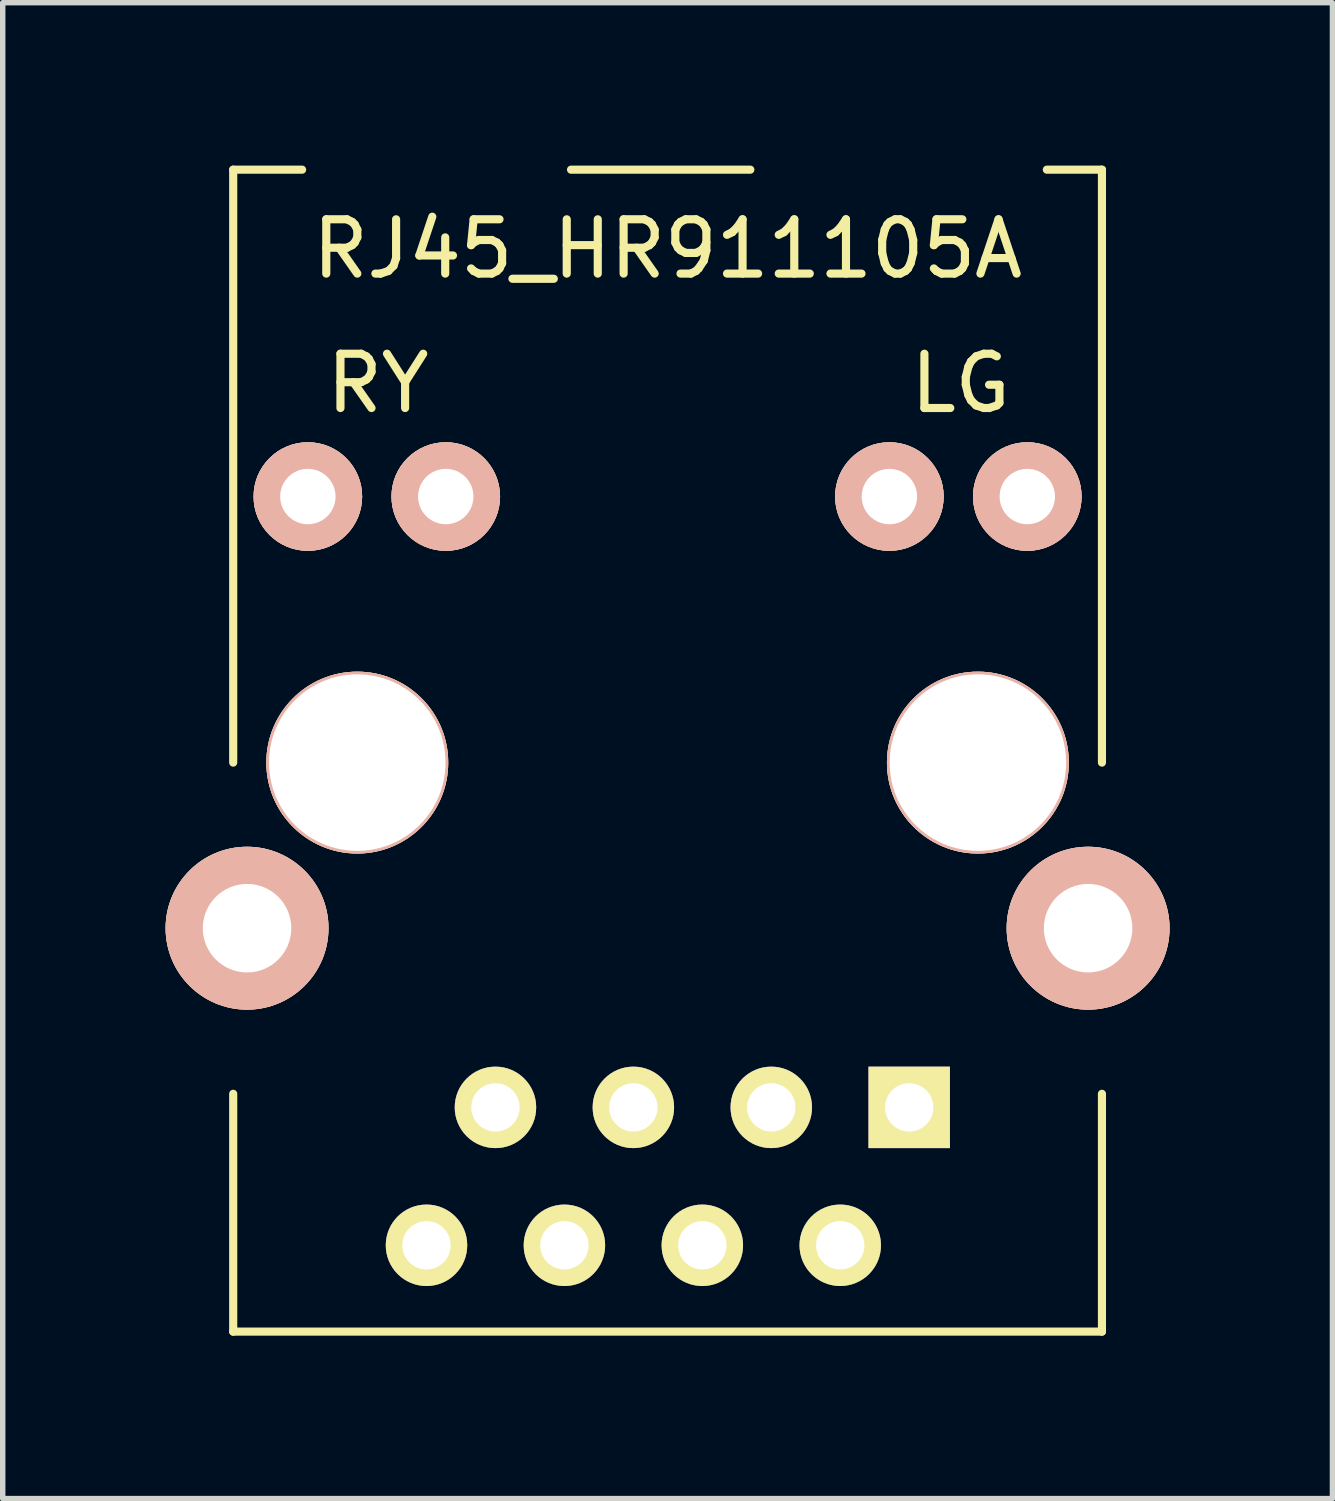
<source format=kicad_pcb>
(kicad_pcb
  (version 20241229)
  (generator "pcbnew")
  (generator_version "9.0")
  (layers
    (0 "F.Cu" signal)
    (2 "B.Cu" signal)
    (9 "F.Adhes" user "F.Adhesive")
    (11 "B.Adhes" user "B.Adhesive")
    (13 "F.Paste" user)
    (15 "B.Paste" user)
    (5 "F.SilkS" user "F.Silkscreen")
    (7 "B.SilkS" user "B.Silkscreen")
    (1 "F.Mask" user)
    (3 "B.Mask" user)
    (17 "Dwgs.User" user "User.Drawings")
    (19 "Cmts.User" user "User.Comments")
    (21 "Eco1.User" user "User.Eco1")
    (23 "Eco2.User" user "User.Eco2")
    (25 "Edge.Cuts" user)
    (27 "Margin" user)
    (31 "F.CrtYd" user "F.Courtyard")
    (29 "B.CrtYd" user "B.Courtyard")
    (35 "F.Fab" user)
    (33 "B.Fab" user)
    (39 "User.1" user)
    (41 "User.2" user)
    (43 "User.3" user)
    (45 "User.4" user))
  (footprint "RJ45_HR911105A"
    (layer "F.Cu")
    (at 9.245 10.995)
    (property "Reference" "RJ45_HR911105A" (at 0 -9.461 0) (layer "F.SilkS") (effects (font (size 1 1) (thickness 0.15))))
    (attr through_hole)
    (fp_line (start -8 -10.92) (end -6.731 -10.92) (stroke (width 0.15) (type solid)) (layer "F.SilkS"))
    (fp_line (start -8 0) (end -8 -10.92) (stroke (width 0.15) (type solid)) (layer "F.SilkS"))
    (fp_line (start -8 10.48) (end -8 6.1) (stroke (width 0.15) (type solid)) (layer "F.SilkS"))
    (fp_line (start -8 10.48) (end 8 10.48) (stroke (width 0.15) (type solid)) (layer "F.SilkS"))
    (fp_line (start -1.778 -10.92) (end 1.524 -10.92) (stroke (width 0.15) (type solid)) (layer "F.SilkS"))
    (fp_line (start 8 -10.92) (end 6.985 -10.92) (stroke (width 0.15) (type solid)) (layer "F.SilkS"))
    (fp_line (start 8 0) (end 8 -10.92) (stroke (width 0.15) (type solid)) (layer "F.SilkS"))
    (fp_line (start 8 10.48) (end 8 6.1) (stroke (width 0.15) (type solid)) (layer "F.SilkS"))
    (fp_text user "LG" (at 5.397 -6.985 0) (layer "F.SilkS") (effects (font (size 1 1) (thickness 0.15))))
    (fp_text user "RY" (at -5.334 -6.985 0) (layer "F.SilkS") (effects (font (size 1 1) (thickness 0.15))))
    (pad "1" thru_hole rect (at 4.45 6.35) (size 1.5 1.5) (drill 0.89) (layers "*.Cu" "*.Mask" "F.SilkS"))
    (pad "2" thru_hole circle (at 3.18 8.89) (size 1.5 1.5) (drill 0.89) (layers "*.Cu" "*.Mask" "F.SilkS"))
    (pad "3" thru_hole circle (at 1.91 6.35) (size 1.5 1.5) (drill 0.89) (layers "*.Cu" "*.Mask" "F.SilkS"))
    (pad "4" thru_hole circle (at 0.64 8.89) (size 1.5 1.5) (drill 0.89) (layers "*.Cu" "*.Mask" "F.SilkS"))
    (pad "5" thru_hole circle (at -0.63 6.35) (size 1.5 1.5) (drill 0.89) (layers "*.Cu" "*.Mask" "F.SilkS"))
    (pad "6" thru_hole circle (at -1.9 8.89) (size 1.5 1.5) (drill 0.89) (layers "*.Cu" "*.Mask" "F.SilkS"))
    (pad "7" thru_hole circle (at -3.17 6.35) (size 1.5 1.5) (drill 0.89) (layers "*.Cu" "*.Mask" "F.SilkS"))
    (pad "8" thru_hole circle (at -4.44 8.89) (size 1.5 1.5) (drill 0.89) (layers "*.Cu" "*.Mask" "F.SilkS"))
    (pad "9" thru_hole circle (at 6.625 -4.9) (size 2 2) (drill 1.02) (layers "*.Cu" "*.SilkS" "*.Mask"))
    (pad "10" thru_hole circle (at 4.085 -4.9) (size 2 2) (drill 1.02) (layers "*.Cu" "*.SilkS" "*.Mask"))
    (pad "11" thru_hole circle (at -4.085 -4.9) (size 2 2) (drill 1.02) (layers "*.Cu" "*.SilkS" "*.Mask"))
    (pad "12" thru_hole circle (at -6.625 -4.9) (size 2 2) (drill 1.02) (layers "*.Cu" "*.SilkS" "*.Mask"))
    (pad "13" thru_hole circle (at -7.745 3.05) (size 3 3) (drill 1.63) (layers "*.Cu" "*.SilkS" "*.Mask"))
    (pad "13" thru_hole circle (at 7.745 3.05) (size 3 3) (drill 1.63) (layers "*.Cu" "*.SilkS" "*.Mask"))
    (pad "Hole" thru_hole circle (at -5.715 0) (size 3.35 3.35) (drill 3.25) (layers "*.Cu" "*.SilkS" "*.Mask"))
    (pad "Hole" thru_hole circle (at 5.715 0) (size 3.35 3.35) (drill 3.25) (layers "*.Cu" "*.SilkS" "*.Mask")))
  (gr_rect
    (start -3 -3)
    (end 21.49 24.55)
    (stroke (width 0.1) (type default))
    (fill no)
    (layer "Edge.Cuts")))
</source>
